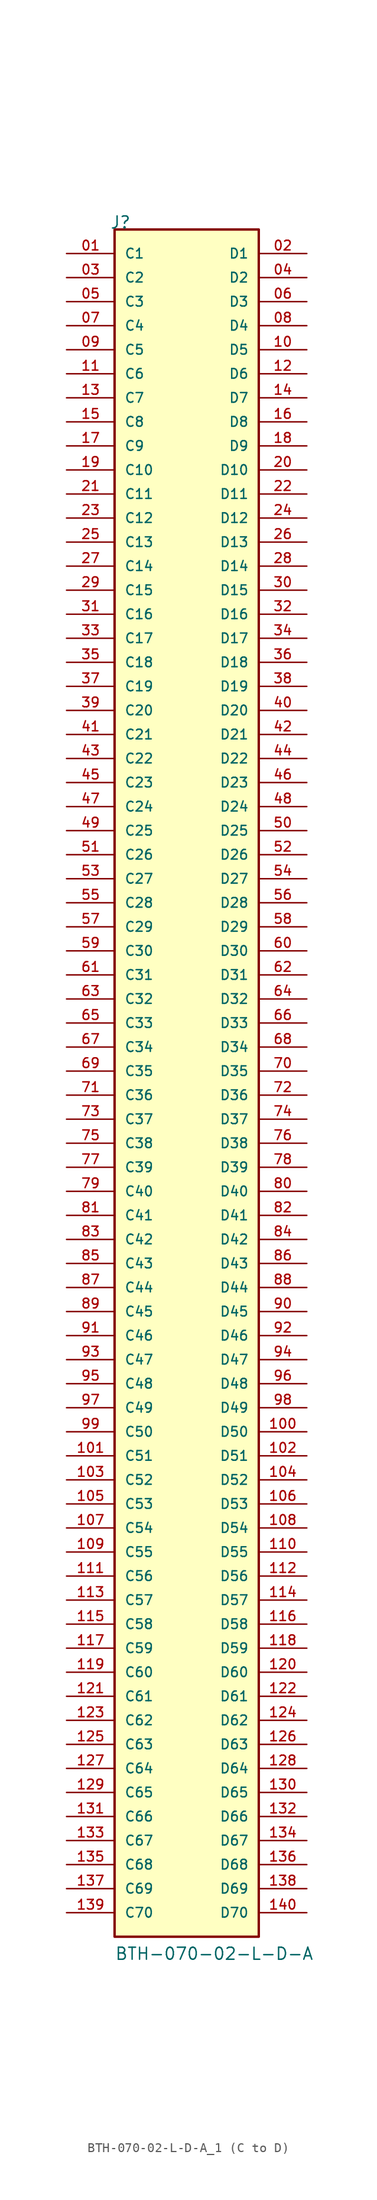
<source format=kicad_sym>
(kicad_symbol_lib
  (version 20241209)
  (generator "kicad_symbol_editor")
  (generator_version "9.0")
  (symbol "BTH-070-02-L-D-A_1 (C to D)"
    (pin_names
      (offset 1.016))
    (property "Reference" "J"
      (at -8.12 91.44 0)
      (effects (font (size 1.27 1.27)) (justify left bottom)))
    (property "Value" "BTH-070-02-L-D-A"
      (at -7.62 -91.44 0)
      (effects (font (size 1.27 1.27)) (justify left bottom)))
    (symbol "BTH-070-02-L-D-A_1 (C to D)_0_0"
      (rectangle (start -7.62 91.44) (end 7.62 -88.9) (stroke (width 0.254) (type default)) (fill (type background))))
    (symbol "BTH-070-02-L-D-A_1 (C to D)_1_0"
      (pin passive line (at -12.7 88.9 0) (length 5.08) (name "C1" (effects (font (size 1.016 1.016)))) (number "01" (effects (font (size 1.016 1.016)))))
      (pin passive line (at -12.7 86.36 0) (length 5.08) (name "C2" (effects (font (size 1.016 1.016)))) (number "03" (effects (font (size 1.016 1.016)))))
      (pin passive line (at -12.7 83.82 0) (length 5.08) (name "C3" (effects (font (size 1.016 1.016)))) (number "05" (effects (font (size 1.016 1.016)))))
      (pin passive line (at -12.7 81.28 0) (length 5.08) (name "C4" (effects (font (size 1.016 1.016)))) (number "07" (effects (font (size 1.016 1.016)))))
      (pin passive line (at -12.7 78.74 0) (length 5.08) (name "C5" (effects (font (size 1.016 1.016)))) (number "09" (effects (font (size 1.016 1.016)))))
      (pin passive line (at -12.7 76.2 0) (length 5.08) (name "C6" (effects (font (size 1.016 1.016)))) (number "11" (effects (font (size 1.016 1.016)))))
      (pin passive line (at -12.7 73.66 0) (length 5.08) (name "C7" (effects (font (size 1.016 1.016)))) (number "13" (effects (font (size 1.016 1.016)))))
      (pin passive line (at -12.7 71.12 0) (length 5.08) (name "C8" (effects (font (size 1.016 1.016)))) (number "15" (effects (font (size 1.016 1.016)))))
      (pin passive line (at -12.7 68.58 0) (length 5.08) (name "C9" (effects (font (size 1.016 1.016)))) (number "17" (effects (font (size 1.016 1.016)))))
      (pin passive line (at -12.7 66.04 0) (length 5.08) (name "C10" (effects (font (size 1.016 1.016)))) (number "19" (effects (font (size 1.016 1.016)))))
      (pin passive line (at -12.7 63.5 0) (length 5.08) (name "C11" (effects (font (size 1.016 1.016)))) (number "21" (effects (font (size 1.016 1.016)))))
      (pin passive line (at -12.7 60.96 0) (length 5.08) (name "C12" (effects (font (size 1.016 1.016)))) (number "23" (effects (font (size 1.016 1.016)))))
      (pin passive line (at -12.7 58.42 0) (length 5.08) (name "C13" (effects (font (size 1.016 1.016)))) (number "25" (effects (font (size 1.016 1.016)))))
      (pin passive line (at -12.7 55.88 0) (length 5.08) (name "C14" (effects (font (size 1.016 1.016)))) (number "27" (effects (font (size 1.016 1.016)))))
      (pin passive line (at -12.7 53.34 0) (length 5.08) (name "C15" (effects (font (size 1.016 1.016)))) (number "29" (effects (font (size 1.016 1.016)))))
      (pin passive line (at -12.7 50.8 0) (length 5.08) (name "C16" (effects (font (size 1.016 1.016)))) (number "31" (effects (font (size 1.016 1.016)))))
      (pin passive line (at -12.7 48.26 0) (length 5.08) (name "C17" (effects (font (size 1.016 1.016)))) (number "33" (effects (font (size 1.016 1.016)))))
      (pin passive line (at -12.7 45.72 0) (length 5.08) (name "C18" (effects (font (size 1.016 1.016)))) (number "35" (effects (font (size 1.016 1.016)))))
      (pin passive line (at -12.7 43.18 0) (length 5.08) (name "C19" (effects (font (size 1.016 1.016)))) (number "37" (effects (font (size 1.016 1.016)))))
      (pin passive line (at -12.7 40.64 0) (length 5.08) (name "C20" (effects (font (size 1.016 1.016)))) (number "39" (effects (font (size 1.016 1.016)))))
      (pin passive line (at -12.7 38.1 0) (length 5.08) (name "C21" (effects (font (size 1.016 1.016)))) (number "41" (effects (font (size 1.016 1.016)))))
      (pin passive line (at -12.7 35.56 0) (length 5.08) (name "C22" (effects (font (size 1.016 1.016)))) (number "43" (effects (font (size 1.016 1.016)))))
      (pin passive line (at -12.7 33.02 0) (length 5.08) (name "C23" (effects (font (size 1.016 1.016)))) (number "45" (effects (font (size 1.016 1.016)))))
      (pin passive line (at -12.7 30.48 0) (length 5.08) (name "C24" (effects (font (size 1.016 1.016)))) (number "47" (effects (font (size 1.016 1.016)))))
      (pin passive line (at -12.7 27.94 0) (length 5.08) (name "C25" (effects (font (size 1.016 1.016)))) (number "49" (effects (font (size 1.016 1.016)))))
      (pin passive line (at -12.7 25.4 0) (length 5.08) (name "C26" (effects (font (size 1.016 1.016)))) (number "51" (effects (font (size 1.016 1.016)))))
      (pin passive line (at -12.7 22.86 0) (length 5.08) (name "C27" (effects (font (size 1.016 1.016)))) (number "53" (effects (font (size 1.016 1.016)))))
      (pin passive line (at -12.7 20.32 0) (length 5.08) (name "C28" (effects (font (size 1.016 1.016)))) (number "55" (effects (font (size 1.016 1.016)))))
      (pin passive line (at -12.7 17.78 0) (length 5.08) (name "C29" (effects (font (size 1.016 1.016)))) (number "57" (effects (font (size 1.016 1.016)))))
      (pin passive line (at -12.7 15.24 0) (length 5.08) (name "C30" (effects (font (size 1.016 1.016)))) (number "59" (effects (font (size 1.016 1.016)))))
      (pin passive line (at -12.7 12.7 0) (length 5.08) (name "C31" (effects (font (size 1.016 1.016)))) (number "61" (effects (font (size 1.016 1.016)))))
      (pin passive line (at -12.7 10.16 0) (length 5.08) (name "C32" (effects (font (size 1.016 1.016)))) (number "63" (effects (font (size 1.016 1.016)))))
      (pin passive line (at -12.7 7.62 0) (length 5.08) (name "C33" (effects (font (size 1.016 1.016)))) (number "65" (effects (font (size 1.016 1.016)))))
      (pin passive line (at -12.7 5.08 0) (length 5.08) (name "C34" (effects (font (size 1.016 1.016)))) (number "67" (effects (font (size 1.016 1.016)))))
      (pin passive line (at -12.7 2.54 0) (length 5.08) (name "C35" (effects (font (size 1.016 1.016)))) (number "69" (effects (font (size 1.016 1.016)))))
      (pin passive line (at -12.7 0 0) (length 5.08) (name "C36" (effects (font (size 1.016 1.016)))) (number "71" (effects (font (size 1.016 1.016)))))
      (pin passive line (at -12.7 -2.54 0) (length 5.08) (name "C37" (effects (font (size 1.016 1.016)))) (number "73" (effects (font (size 1.016 1.016)))))
      (pin passive line (at -12.7 -5.08 0) (length 5.08) (name "C38" (effects (font (size 1.016 1.016)))) (number "75" (effects (font (size 1.016 1.016)))))
      (pin passive line (at -12.7 -7.62 0) (length 5.08) (name "C39" (effects (font (size 1.016 1.016)))) (number "77" (effects (font (size 1.016 1.016)))))
      (pin passive line (at -12.7 -10.16 0) (length 5.08) (name "C40" (effects (font (size 1.016 1.016)))) (number "79" (effects (font (size 1.016 1.016)))))
      (pin passive line (at -12.7 -12.7 0) (length 5.08) (name "C41" (effects (font (size 1.016 1.016)))) (number "81" (effects (font (size 1.016 1.016)))))
      (pin passive line (at -12.7 -15.24 0) (length 5.08) (name "C42" (effects (font (size 1.016 1.016)))) (number "83" (effects (font (size 1.016 1.016)))))
      (pin passive line (at -12.7 -17.78 0) (length 5.08) (name "C43" (effects (font (size 1.016 1.016)))) (number "85" (effects (font (size 1.016 1.016)))))
      (pin passive line (at -12.7 -20.32 0) (length 5.08) (name "C44" (effects (font (size 1.016 1.016)))) (number "87" (effects (font (size 1.016 1.016)))))
      (pin passive line (at -12.7 -22.86 0) (length 5.08) (name "C45" (effects (font (size 1.016 1.016)))) (number "89" (effects (font (size 1.016 1.016)))))
      (pin passive line (at -12.7 -25.4 0) (length 5.08) (name "C46" (effects (font (size 1.016 1.016)))) (number "91" (effects (font (size 1.016 1.016)))))
      (pin passive line (at -12.7 -27.94 0) (length 5.08) (name "C47" (effects (font (size 1.016 1.016)))) (number "93" (effects (font (size 1.016 1.016)))))
      (pin passive line (at -12.7 -30.48 0) (length 5.08) (name "C48" (effects (font (size 1.016 1.016)))) (number "95" (effects (font (size 1.016 1.016)))))
      (pin passive line (at -12.7 -33.02 0) (length 5.08) (name "C49" (effects (font (size 1.016 1.016)))) (number "97" (effects (font (size 1.016 1.016)))))
      (pin passive line (at -12.7 -35.56 0) (length 5.08) (name "C50" (effects (font (size 1.016 1.016)))) (number "99" (effects (font (size 1.016 1.016)))))
      (pin passive line (at -12.7 -38.1 0) (length 5.08) (name "C51" (effects (font (size 1.016 1.016)))) (number "101" (effects (font (size 1.016 1.016)))))
      (pin passive line (at -12.7 -40.64 0) (length 5.08) (name "C52" (effects (font (size 1.016 1.016)))) (number "103" (effects (font (size 1.016 1.016)))))
      (pin passive line (at -12.7 -43.18 0) (length 5.08) (name "C53" (effects (font (size 1.016 1.016)))) (number "105" (effects (font (size 1.016 1.016)))))
      (pin passive line (at -12.7 -45.72 0) (length 5.08) (name "C54" (effects (font (size 1.016 1.016)))) (number "107" (effects (font (size 1.016 1.016)))))
      (pin passive line (at -12.7 -48.26 0) (length 5.08) (name "C55" (effects (font (size 1.016 1.016)))) (number "109" (effects (font (size 1.016 1.016)))))
      (pin passive line (at -12.7 -50.8 0) (length 5.08) (name "C56" (effects (font (size 1.016 1.016)))) (number "111" (effects (font (size 1.016 1.016)))))
      (pin passive line (at -12.7 -53.34 0) (length 5.08) (name "C57" (effects (font (size 1.016 1.016)))) (number "113" (effects (font (size 1.016 1.016)))))
      (pin passive line (at -12.7 -55.88 0) (length 5.08) (name "C58" (effects (font (size 1.016 1.016)))) (number "115" (effects (font (size 1.016 1.016)))))
      (pin passive line (at -12.7 -58.42 0) (length 5.08) (name "C59" (effects (font (size 1.016 1.016)))) (number "117" (effects (font (size 1.016 1.016)))))
      (pin passive line (at -12.7 -60.96 0) (length 5.08) (name "C60" (effects (font (size 1.016 1.016)))) (number "119" (effects (font (size 1.016 1.016)))))
      (pin passive line (at -12.7 -63.5 0) (length 5.08) (name "C61" (effects (font (size 1.016 1.016)))) (number "121" (effects (font (size 1.016 1.016)))))
      (pin passive line (at -12.7 -66.04 0) (length 5.08) (name "C62" (effects (font (size 1.016 1.016)))) (number "123" (effects (font (size 1.016 1.016)))))
      (pin passive line (at -12.7 -68.58 0) (length 5.08) (name "C63" (effects (font (size 1.016 1.016)))) (number "125" (effects (font (size 1.016 1.016)))))
      (pin passive line (at -12.7 -71.12 0) (length 5.08) (name "C64" (effects (font (size 1.016 1.016)))) (number "127" (effects (font (size 1.016 1.016)))))
      (pin passive line (at -12.7 -73.66 0) (length 5.08) (name "C65" (effects (font (size 1.016 1.016)))) (number "129" (effects (font (size 1.016 1.016)))))
      (pin passive line (at -12.7 -76.2 0) (length 5.08) (name "C66" (effects (font (size 1.016 1.016)))) (number "131" (effects (font (size 1.016 1.016)))))
      (pin passive line (at -12.7 -78.74 0) (length 5.08) (name "C67" (effects (font (size 1.016 1.016)))) (number "133" (effects (font (size 1.016 1.016)))))
      (pin passive line (at -12.7 -81.28 0) (length 5.08) (name "C68" (effects (font (size 1.016 1.016)))) (number "135" (effects (font (size 1.016 1.016)))))
      (pin passive line (at -12.7 -83.82 0) (length 5.08) (name "C69" (effects (font (size 1.016 1.016)))) (number "137" (effects (font (size 1.016 1.016)))))
      (pin passive line (at -12.7 -86.36 0) (length 5.08) (name "C70" (effects (font (size 1.016 1.016)))) (number "139" (effects (font (size 1.016 1.016)))))
      (pin passive line (at 12.7 88.9 180) (length 5.08) (name "D1" (effects (font (size 1.016 1.016)))) (number "02" (effects (font (size 1.016 1.016)))))
      (pin passive line (at 12.7 86.36 180) (length 5.08) (name "D2" (effects (font (size 1.016 1.016)))) (number "04" (effects (font (size 1.016 1.016)))))
      (pin passive line (at 12.7 83.82 180) (length 5.08) (name "D3" (effects (font (size 1.016 1.016)))) (number "06" (effects (font (size 1.016 1.016)))))
      (pin passive line (at 12.7 81.28 180) (length 5.08) (name "D4" (effects (font (size 1.016 1.016)))) (number "08" (effects (font (size 1.016 1.016)))))
      (pin passive line (at 12.7 78.74 180) (length 5.08) (name "D5" (effects (font (size 1.016 1.016)))) (number "10" (effects (font (size 1.016 1.016)))))
      (pin passive line (at 12.7 76.2 180) (length 5.08) (name "D6" (effects (font (size 1.016 1.016)))) (number "12" (effects (font (size 1.016 1.016)))))
      (pin passive line (at 12.7 73.66 180) (length 5.08) (name "D7" (effects (font (size 1.016 1.016)))) (number "14" (effects (font (size 1.016 1.016)))))
      (pin passive line (at 12.7 71.12 180) (length 5.08) (name "D8" (effects (font (size 1.016 1.016)))) (number "16" (effects (font (size 1.016 1.016)))))
      (pin passive line (at 12.7 68.58 180) (length 5.08) (name "D9" (effects (font (size 1.016 1.016)))) (number "18" (effects (font (size 1.016 1.016)))))
      (pin passive line (at 12.7 66.04 180) (length 5.08) (name "D10" (effects (font (size 1.016 1.016)))) (number "20" (effects (font (size 1.016 1.016)))))
      (pin passive line (at 12.7 63.5 180) (length 5.08) (name "D11" (effects (font (size 1.016 1.016)))) (number "22" (effects (font (size 1.016 1.016)))))
      (pin passive line (at 12.7 60.96 180) (length 5.08) (name "D12" (effects (font (size 1.016 1.016)))) (number "24" (effects (font (size 1.016 1.016)))))
      (pin passive line (at 12.7 58.42 180) (length 5.08) (name "D13" (effects (font (size 1.016 1.016)))) (number "26" (effects (font (size 1.016 1.016)))))
      (pin passive line (at 12.7 55.88 180) (length 5.08) (name "D14" (effects (font (size 1.016 1.016)))) (number "28" (effects (font (size 1.016 1.016)))))
      (pin passive line (at 12.7 53.34 180) (length 5.08) (name "D15" (effects (font (size 1.016 1.016)))) (number "30" (effects (font (size 1.016 1.016)))))
      (pin passive line (at 12.7 50.8 180) (length 5.08) (name "D16" (effects (font (size 1.016 1.016)))) (number "32" (effects (font (size 1.016 1.016)))))
      (pin passive line (at 12.7 48.26 180) (length 5.08) (name "D17" (effects (font (size 1.016 1.016)))) (number "34" (effects (font (size 1.016 1.016)))))
      (pin passive line (at 12.7 45.72 180) (length 5.08) (name "D18" (effects (font (size 1.016 1.016)))) (number "36" (effects (font (size 1.016 1.016)))))
      (pin passive line (at 12.7 43.18 180) (length 5.08) (name "D19" (effects (font (size 1.016 1.016)))) (number "38" (effects (font (size 1.016 1.016)))))
      (pin passive line (at 12.7 40.64 180) (length 5.08) (name "D20" (effects (font (size 1.016 1.016)))) (number "40" (effects (font (size 1.016 1.016)))))
      (pin passive line (at 12.7 38.1 180) (length 5.08) (name "D21" (effects (font (size 1.016 1.016)))) (number "42" (effects (font (size 1.016 1.016)))))
      (pin passive line (at 12.7 35.56 180) (length 5.08) (name "D22" (effects (font (size 1.016 1.016)))) (number "44" (effects (font (size 1.016 1.016)))))
      (pin passive line (at 12.7 33.02 180) (length 5.08) (name "D23" (effects (font (size 1.016 1.016)))) (number "46" (effects (font (size 1.016 1.016)))))
      (pin passive line (at 12.7 30.48 180) (length 5.08) (name "D24" (effects (font (size 1.016 1.016)))) (number "48" (effects (font (size 1.016 1.016)))))
      (pin passive line (at 12.7 27.94 180) (length 5.08) (name "D25" (effects (font (size 1.016 1.016)))) (number "50" (effects (font (size 1.016 1.016)))))
      (pin passive line (at 12.7 25.4 180) (length 5.08) (name "D26" (effects (font (size 1.016 1.016)))) (number "52" (effects (font (size 1.016 1.016)))))
      (pin passive line (at 12.7 22.86 180) (length 5.08) (name "D27" (effects (font (size 1.016 1.016)))) (number "54" (effects (font (size 1.016 1.016)))))
      (pin passive line (at 12.7 20.32 180) (length 5.08) (name "D28" (effects (font (size 1.016 1.016)))) (number "56" (effects (font (size 1.016 1.016)))))
      (pin passive line (at 12.7 17.78 180) (length 5.08) (name "D29" (effects (font (size 1.016 1.016)))) (number "58" (effects (font (size 1.016 1.016)))))
      (pin passive line (at 12.7 15.24 180) (length 5.08) (name "D30" (effects (font (size 1.016 1.016)))) (number "60" (effects (font (size 1.016 1.016)))))
      (pin passive line (at 12.7 12.7 180) (length 5.08) (name "D31" (effects (font (size 1.016 1.016)))) (number "62" (effects (font (size 1.016 1.016)))))
      (pin passive line (at 12.7 10.16 180) (length 5.08) (name "D32" (effects (font (size 1.016 1.016)))) (number "64" (effects (font (size 1.016 1.016)))))
      (pin passive line (at 12.7 7.62 180) (length 5.08) (name "D33" (effects (font (size 1.016 1.016)))) (number "66" (effects (font (size 1.016 1.016)))))
      (pin passive line (at 12.7 5.08 180) (length 5.08) (name "D34" (effects (font (size 1.016 1.016)))) (number "68" (effects (font (size 1.016 1.016)))))
      (pin passive line (at 12.7 2.54 180) (length 5.08) (name "D35" (effects (font (size 1.016 1.016)))) (number "70" (effects (font (size 1.016 1.016)))))
      (pin passive line (at 12.7 0 180) (length 5.08) (name "D36" (effects (font (size 1.016 1.016)))) (number "72" (effects (font (size 1.016 1.016)))))
      (pin passive line (at 12.7 -2.54 180) (length 5.08) (name "D37" (effects (font (size 1.016 1.016)))) (number "74" (effects (font (size 1.016 1.016)))))
      (pin passive line (at 12.7 -5.08 180) (length 5.08) (name "D38" (effects (font (size 1.016 1.016)))) (number "76" (effects (font (size 1.016 1.016)))))
      (pin passive line (at 12.7 -7.62 180) (length 5.08) (name "D39" (effects (font (size 1.016 1.016)))) (number "78" (effects (font (size 1.016 1.016)))))
      (pin passive line (at 12.7 -10.16 180) (length 5.08) (name "D40" (effects (font (size 1.016 1.016)))) (number "80" (effects (font (size 1.016 1.016)))))
      (pin passive line (at 12.7 -12.7 180) (length 5.08) (name "D41" (effects (font (size 1.016 1.016)))) (number "82" (effects (font (size 1.016 1.016)))))
      (pin passive line (at 12.7 -15.24 180) (length 5.08) (name "D42" (effects (font (size 1.016 1.016)))) (number "84" (effects (font (size 1.016 1.016)))))
      (pin passive line (at 12.7 -17.78 180) (length 5.08) (name "D43" (effects (font (size 1.016 1.016)))) (number "86" (effects (font (size 1.016 1.016)))))
      (pin passive line (at 12.7 -20.32 180) (length 5.08) (name "D44" (effects (font (size 1.016 1.016)))) (number "88" (effects (font (size 1.016 1.016)))))
      (pin passive line (at 12.7 -22.86 180) (length 5.08) (name "D45" (effects (font (size 1.016 1.016)))) (number "90" (effects (font (size 1.016 1.016)))))
      (pin passive line (at 12.7 -25.4 180) (length 5.08) (name "D46" (effects (font (size 1.016 1.016)))) (number "92" (effects (font (size 1.016 1.016)))))
      (pin passive line (at 12.7 -27.94 180) (length 5.08) (name "D47" (effects (font (size 1.016 1.016)))) (number "94" (effects (font (size 1.016 1.016)))))
      (pin passive line (at 12.7 -30.48 180) (length 5.08) (name "D48" (effects (font (size 1.016 1.016)))) (number "96" (effects (font (size 1.016 1.016)))))
      (pin passive line (at 12.7 -33.02 180) (length 5.08) (name "D49" (effects (font (size 1.016 1.016)))) (number "98" (effects (font (size 1.016 1.016)))))
      (pin passive line (at 12.7 -35.56 180) (length 5.08) (name "D50" (effects (font (size 1.016 1.016)))) (number "100" (effects (font (size 1.016 1.016)))))
      (pin passive line (at 12.7 -38.1 180) (length 5.08) (name "D51" (effects (font (size 1.016 1.016)))) (number "102" (effects (font (size 1.016 1.016)))))
      (pin passive line (at 12.7 -40.64 180) (length 5.08) (name "D52" (effects (font (size 1.016 1.016)))) (number "104" (effects (font (size 1.016 1.016)))))
      (pin passive line (at 12.7 -43.18 180) (length 5.08) (name "D53" (effects (font (size 1.016 1.016)))) (number "106" (effects (font (size 1.016 1.016)))))
      (pin passive line (at 12.7 -45.72 180) (length 5.08) (name "D54" (effects (font (size 1.016 1.016)))) (number "108" (effects (font (size 1.016 1.016)))))
      (pin passive line (at 12.7 -48.26 180) (length 5.08) (name "D55" (effects (font (size 1.016 1.016)))) (number "110" (effects (font (size 1.016 1.016)))))
      (pin passive line (at 12.7 -50.8 180) (length 5.08) (name "D56" (effects (font (size 1.016 1.016)))) (number "112" (effects (font (size 1.016 1.016)))))
      (pin passive line (at 12.7 -53.34 180) (length 5.08) (name "D57" (effects (font (size 1.016 1.016)))) (number "114" (effects (font (size 1.016 1.016)))))
      (pin passive line (at 12.7 -55.88 180) (length 5.08) (name "D58" (effects (font (size 1.016 1.016)))) (number "116" (effects (font (size 1.016 1.016)))))
      (pin passive line (at 12.7 -58.42 180) (length 5.08) (name "D59" (effects (font (size 1.016 1.016)))) (number "118" (effects (font (size 1.016 1.016)))))
      (pin passive line (at 12.7 -60.96 180) (length 5.08) (name "D60" (effects (font (size 1.016 1.016)))) (number "120" (effects (font (size 1.016 1.016)))))
      (pin passive line (at 12.7 -63.5 180) (length 5.08) (name "D61" (effects (font (size 1.016 1.016)))) (number "122" (effects (font (size 1.016 1.016)))))
      (pin passive line (at 12.7 -66.04 180) (length 5.08) (name "D62" (effects (font (size 1.016 1.016)))) (number "124" (effects (font (size 1.016 1.016)))))
      (pin passive line (at 12.7 -68.58 180) (length 5.08) (name "D63" (effects (font (size 1.016 1.016)))) (number "126" (effects (font (size 1.016 1.016)))))
      (pin passive line (at 12.7 -71.12 180) (length 5.08) (name "D64" (effects (font (size 1.016 1.016)))) (number "128" (effects (font (size 1.016 1.016)))))
      (pin passive line (at 12.7 -73.66 180) (length 5.08) (name "D65" (effects (font (size 1.016 1.016)))) (number "130" (effects (font (size 1.016 1.016)))))
      (pin passive line (at 12.7 -76.2 180) (length 5.08) (name "D66" (effects (font (size 1.016 1.016)))) (number "132" (effects (font (size 1.016 1.016)))))
      (pin passive line (at 12.7 -78.74 180) (length 5.08) (name "D67" (effects (font (size 1.016 1.016)))) (number "134" (effects (font (size 1.016 1.016)))))
      (pin passive line (at 12.7 -81.28 180) (length 5.08) (name "D68" (effects (font (size 1.016 1.016)))) (number "136" (effects (font (size 1.016 1.016)))))
      (pin passive line (at 12.7 -83.82 180) (length 5.08) (name "D69" (effects (font (size 1.016 1.016)))) (number "138" (effects (font (size 1.016 1.016)))))
      (pin passive line (at 12.7 -86.36 180) (length 5.08) (name "D70" (effects (font (size 1.016 1.016)))) (number "140" (effects (font (size 1.016 1.016))))))))
</source>
